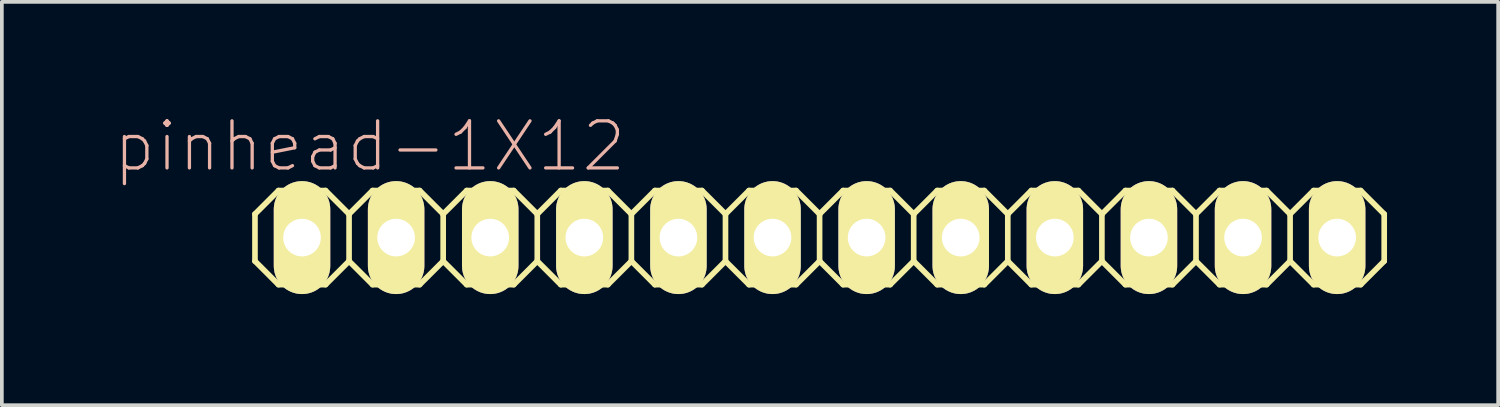
<source format=kicad_pcb>
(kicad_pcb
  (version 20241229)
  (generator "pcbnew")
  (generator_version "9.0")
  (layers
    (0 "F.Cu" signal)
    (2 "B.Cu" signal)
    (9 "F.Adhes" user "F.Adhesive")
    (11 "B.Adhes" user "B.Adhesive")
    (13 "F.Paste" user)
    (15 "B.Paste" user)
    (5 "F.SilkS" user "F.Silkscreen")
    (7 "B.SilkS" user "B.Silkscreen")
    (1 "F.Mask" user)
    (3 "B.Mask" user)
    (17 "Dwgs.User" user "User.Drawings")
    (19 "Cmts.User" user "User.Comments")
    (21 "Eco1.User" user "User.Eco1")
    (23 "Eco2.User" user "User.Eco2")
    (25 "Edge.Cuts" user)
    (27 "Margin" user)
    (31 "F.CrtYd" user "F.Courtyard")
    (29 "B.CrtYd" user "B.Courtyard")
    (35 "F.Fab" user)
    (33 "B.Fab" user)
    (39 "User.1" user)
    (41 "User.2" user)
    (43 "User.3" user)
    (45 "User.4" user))
  (footprint "pinhead-1X12"
    (layer "F.Cu")
    (at 19.072 3.363)
    (property "Reference" "pinhead-1X12" (at -12.141 -2.464 0) (layer "B.SilkS") (effects (font (size 1.27 1.27) (thickness 0.089))))
    (attr exclude_from_pos_files exclude_from_bom)
    (fp_line (start -15.24 -0.635) (end -15.24 0.635) (stroke (width 0.152) (type solid)) (layer "F.SilkS"))
    (fp_line (start -15.24 0.635) (end -14.605 1.27) (stroke (width 0.152) (type solid)) (layer "F.SilkS"))
    (fp_line (start -14.605 -1.27) (end -15.24 -0.635) (stroke (width 0.152) (type solid)) (layer "F.SilkS"))
    (fp_line (start -14.605 -1.27) (end -13.335 -1.27) (stroke (width 0.152) (type solid)) (layer "F.SilkS"))
    (fp_line (start -14.224 -0.254) (end -13.716 -0.254) (stroke (width 0.066) (type solid)) (layer "F.SilkS"))
    (fp_line (start -14.224 0.254) (end -14.224 -0.254) (stroke (width 0.066) (type solid)) (layer "F.SilkS"))
    (fp_line (start -14.224 0.254) (end -13.716 0.254) (stroke (width 0.066) (type solid)) (layer "F.SilkS"))
    (fp_line (start -13.716 0.254) (end -13.716 -0.254) (stroke (width 0.066) (type solid)) (layer "F.SilkS"))
    (fp_line (start -13.335 -1.27) (end -12.7 -0.635) (stroke (width 0.152) (type solid)) (layer "F.SilkS"))
    (fp_line (start -13.335 1.27) (end -14.605 1.27) (stroke (width 0.152) (type solid)) (layer "F.SilkS"))
    (fp_line (start -12.7 -0.635) (end -12.7 0.635) (stroke (width 0.152) (type solid)) (layer "F.SilkS"))
    (fp_line (start -12.7 -0.635) (end -12.065 -1.27) (stroke (width 0.152) (type solid)) (layer "F.SilkS"))
    (fp_line (start -12.7 0.635) (end -13.335 1.27) (stroke (width 0.152) (type solid)) (layer "F.SilkS"))
    (fp_line (start -12.065 -1.27) (end -10.795 -1.27) (stroke (width 0.152) (type solid)) (layer "F.SilkS"))
    (fp_line (start -12.065 1.27) (end -12.7 0.635) (stroke (width 0.152) (type solid)) (layer "F.SilkS"))
    (fp_line (start -11.684 -0.254) (end -11.176 -0.254) (stroke (width 0.066) (type solid)) (layer "F.SilkS"))
    (fp_line (start -11.684 0.254) (end -11.684 -0.254) (stroke (width 0.066) (type solid)) (layer "F.SilkS"))
    (fp_line (start -11.684 0.254) (end -11.176 0.254) (stroke (width 0.066) (type solid)) (layer "F.SilkS"))
    (fp_line (start -11.176 0.254) (end -11.176 -0.254) (stroke (width 0.066) (type solid)) (layer "F.SilkS"))
    (fp_line (start -10.795 -1.27) (end -10.16 -0.635) (stroke (width 0.152) (type solid)) (layer "F.SilkS"))
    (fp_line (start -10.795 1.27) (end -12.065 1.27) (stroke (width 0.152) (type solid)) (layer "F.SilkS"))
    (fp_line (start -10.16 -0.635) (end -10.16 0.635) (stroke (width 0.152) (type solid)) (layer "F.SilkS"))
    (fp_line (start -10.16 -0.635) (end -9.525 -1.27) (stroke (width 0.152) (type solid)) (layer "F.SilkS"))
    (fp_line (start -10.16 0.635) (end -10.795 1.27) (stroke (width 0.152) (type solid)) (layer "F.SilkS"))
    (fp_line (start -9.525 -1.27) (end -8.255 -1.27) (stroke (width 0.152) (type solid)) (layer "F.SilkS"))
    (fp_line (start -9.525 1.27) (end -10.16 0.635) (stroke (width 0.152) (type solid)) (layer "F.SilkS"))
    (fp_line (start -9.144 -0.254) (end -8.636 -0.254) (stroke (width 0.066) (type solid)) (layer "F.SilkS"))
    (fp_line (start -9.144 0.254) (end -9.144 -0.254) (stroke (width 0.066) (type solid)) (layer "F.SilkS"))
    (fp_line (start -9.144 0.254) (end -8.636 0.254) (stroke (width 0.066) (type solid)) (layer "F.SilkS"))
    (fp_line (start -8.636 0.254) (end -8.636 -0.254) (stroke (width 0.066) (type solid)) (layer "F.SilkS"))
    (fp_line (start -8.255 -1.27) (end -7.62 -0.635) (stroke (width 0.152) (type solid)) (layer "F.SilkS"))
    (fp_line (start -8.255 1.27) (end -9.525 1.27) (stroke (width 0.152) (type solid)) (layer "F.SilkS"))
    (fp_line (start -7.62 -0.635) (end -7.62 0.635) (stroke (width 0.152) (type solid)) (layer "F.SilkS"))
    (fp_line (start -7.62 0.635) (end -8.255 1.27) (stroke (width 0.152) (type solid)) (layer "F.SilkS"))
    (fp_line (start -7.62 0.635) (end -6.985 1.27) (stroke (width 0.152) (type solid)) (layer "F.SilkS"))
    (fp_line (start -6.985 -1.27) (end -7.62 -0.635) (stroke (width 0.152) (type solid)) (layer "F.SilkS"))
    (fp_line (start -6.985 -1.27) (end -5.715 -1.27) (stroke (width 0.152) (type solid)) (layer "F.SilkS"))
    (fp_line (start -6.604 -0.254) (end -6.096 -0.254) (stroke (width 0.066) (type solid)) (layer "F.SilkS"))
    (fp_line (start -6.604 0.254) (end -6.604 -0.254) (stroke (width 0.066) (type solid)) (layer "F.SilkS"))
    (fp_line (start -6.604 0.254) (end -6.096 0.254) (stroke (width 0.066) (type solid)) (layer "F.SilkS"))
    (fp_line (start -6.096 0.254) (end -6.096 -0.254) (stroke (width 0.066) (type solid)) (layer "F.SilkS"))
    (fp_line (start -5.715 -1.27) (end -5.08 -0.635) (stroke (width 0.152) (type solid)) (layer "F.SilkS"))
    (fp_line (start -5.715 1.27) (end -6.985 1.27) (stroke (width 0.152) (type solid)) (layer "F.SilkS"))
    (fp_line (start -5.08 -0.635) (end -5.08 0.635) (stroke (width 0.152) (type solid)) (layer "F.SilkS"))
    (fp_line (start -5.08 -0.635) (end -4.445 -1.27) (stroke (width 0.152) (type solid)) (layer "F.SilkS"))
    (fp_line (start -5.08 0.635) (end -5.715 1.27) (stroke (width 0.152) (type solid)) (layer "F.SilkS"))
    (fp_line (start -4.445 -1.27) (end -3.175 -1.27) (stroke (width 0.152) (type solid)) (layer "F.SilkS"))
    (fp_line (start -4.445 1.27) (end -5.08 0.635) (stroke (width 0.152) (type solid)) (layer "F.SilkS"))
    (fp_line (start -4.064 -0.254) (end -3.556 -0.254) (stroke (width 0.066) (type solid)) (layer "F.SilkS"))
    (fp_line (start -4.064 0.254) (end -4.064 -0.254) (stroke (width 0.066) (type solid)) (layer "F.SilkS"))
    (fp_line (start -4.064 0.254) (end -3.556 0.254) (stroke (width 0.066) (type solid)) (layer "F.SilkS"))
    (fp_line (start -3.556 0.254) (end -3.556 -0.254) (stroke (width 0.066) (type solid)) (layer "F.SilkS"))
    (fp_line (start -3.175 -1.27) (end -2.54 -0.635) (stroke (width 0.152) (type solid)) (layer "F.SilkS"))
    (fp_line (start -3.175 1.27) (end -4.445 1.27) (stroke (width 0.152) (type solid)) (layer "F.SilkS"))
    (fp_line (start -2.54 -0.635) (end -2.54 0.635) (stroke (width 0.152) (type solid)) (layer "F.SilkS"))
    (fp_line (start -2.54 -0.635) (end -1.905 -1.27) (stroke (width 0.152) (type solid)) (layer "F.SilkS"))
    (fp_line (start -2.54 0.635) (end -3.175 1.27) (stroke (width 0.152) (type solid)) (layer "F.SilkS"))
    (fp_line (start -1.905 -1.27) (end -0.635 -1.27) (stroke (width 0.152) (type solid)) (layer "F.SilkS"))
    (fp_line (start -1.905 1.27) (end -2.54 0.635) (stroke (width 0.152) (type solid)) (layer "F.SilkS"))
    (fp_line (start -1.524 -0.254) (end -1.016 -0.254) (stroke (width 0.066) (type solid)) (layer "F.SilkS"))
    (fp_line (start -1.524 0.254) (end -1.524 -0.254) (stroke (width 0.066) (type solid)) (layer "F.SilkS"))
    (fp_line (start -1.524 0.254) (end -1.016 0.254) (stroke (width 0.066) (type solid)) (layer "F.SilkS"))
    (fp_line (start -1.016 0.254) (end -1.016 -0.254) (stroke (width 0.066) (type solid)) (layer "F.SilkS"))
    (fp_line (start -0.635 -1.27) (end 0 -0.635) (stroke (width 0.152) (type solid)) (layer "F.SilkS"))
    (fp_line (start -0.635 1.27) (end -1.905 1.27) (stroke (width 0.152) (type solid)) (layer "F.SilkS"))
    (fp_line (start 0 -0.635) (end 0 0.635) (stroke (width 0.152) (type solid)) (layer "F.SilkS"))
    (fp_line (start 0 0.635) (end -0.635 1.27) (stroke (width 0.152) (type solid)) (layer "F.SilkS"))
    (fp_line (start 0 0.635) (end 0.635 1.27) (stroke (width 0.152) (type solid)) (layer "F.SilkS"))
    (fp_line (start 0.635 -1.27) (end 0 -0.635) (stroke (width 0.152) (type solid)) (layer "F.SilkS"))
    (fp_line (start 0.635 -1.27) (end 1.905 -1.27) (stroke (width 0.152) (type solid)) (layer "F.SilkS"))
    (fp_line (start 1.016 -0.254) (end 1.524 -0.254) (stroke (width 0.066) (type solid)) (layer "F.SilkS"))
    (fp_line (start 1.016 0.254) (end 1.016 -0.254) (stroke (width 0.066) (type solid)) (layer "F.SilkS"))
    (fp_line (start 1.016 0.254) (end 1.524 0.254) (stroke (width 0.066) (type solid)) (layer "F.SilkS"))
    (fp_line (start 1.524 0.254) (end 1.524 -0.254) (stroke (width 0.066) (type solid)) (layer "F.SilkS"))
    (fp_line (start 1.905 -1.27) (end 2.54 -0.635) (stroke (width 0.152) (type solid)) (layer "F.SilkS"))
    (fp_line (start 1.905 1.27) (end 0.635 1.27) (stroke (width 0.152) (type solid)) (layer "F.SilkS"))
    (fp_line (start 2.54 -0.635) (end 2.54 0.635) (stroke (width 0.152) (type solid)) (layer "F.SilkS"))
    (fp_line (start 2.54 -0.635) (end 3.175 -1.27) (stroke (width 0.152) (type solid)) (layer "F.SilkS"))
    (fp_line (start 2.54 0.635) (end 1.905 1.27) (stroke (width 0.152) (type solid)) (layer "F.SilkS"))
    (fp_line (start 3.175 -1.27) (end 4.445 -1.27) (stroke (width 0.152) (type solid)) (layer "F.SilkS"))
    (fp_line (start 3.175 1.27) (end 2.54 0.635) (stroke (width 0.152) (type solid)) (layer "F.SilkS"))
    (fp_line (start 3.556 -0.254) (end 4.064 -0.254) (stroke (width 0.066) (type solid)) (layer "F.SilkS"))
    (fp_line (start 3.556 0.254) (end 3.556 -0.254) (stroke (width 0.066) (type solid)) (layer "F.SilkS"))
    (fp_line (start 3.556 0.254) (end 4.064 0.254) (stroke (width 0.066) (type solid)) (layer "F.SilkS"))
    (fp_line (start 4.064 0.254) (end 4.064 -0.254) (stroke (width 0.066) (type solid)) (layer "F.SilkS"))
    (fp_line (start 4.445 -1.27) (end 5.08 -0.635) (stroke (width 0.152) (type solid)) (layer "F.SilkS"))
    (fp_line (start 4.445 1.27) (end 3.175 1.27) (stroke (width 0.152) (type solid)) (layer "F.SilkS"))
    (fp_line (start 5.08 -0.635) (end 5.08 0.635) (stroke (width 0.152) (type solid)) (layer "F.SilkS"))
    (fp_line (start 5.08 -0.635) (end 5.715 -1.27) (stroke (width 0.152) (type solid)) (layer "F.SilkS"))
    (fp_line (start 5.08 0.635) (end 4.445 1.27) (stroke (width 0.152) (type solid)) (layer "F.SilkS"))
    (fp_line (start 5.715 -1.27) (end 6.985 -1.27) (stroke (width 0.152) (type solid)) (layer "F.SilkS"))
    (fp_line (start 5.715 1.27) (end 5.08 0.635) (stroke (width 0.152) (type solid)) (layer "F.SilkS"))
    (fp_line (start 6.096 -0.254) (end 6.604 -0.254) (stroke (width 0.066) (type solid)) (layer "F.SilkS"))
    (fp_line (start 6.096 0.254) (end 6.096 -0.254) (stroke (width 0.066) (type solid)) (layer "F.SilkS"))
    (fp_line (start 6.096 0.254) (end 6.604 0.254) (stroke (width 0.066) (type solid)) (layer "F.SilkS"))
    (fp_line (start 6.604 0.254) (end 6.604 -0.254) (stroke (width 0.066) (type solid)) (layer "F.SilkS"))
    (fp_line (start 6.985 -1.27) (end 7.62 -0.635) (stroke (width 0.152) (type solid)) (layer "F.SilkS"))
    (fp_line (start 6.985 1.27) (end 5.715 1.27) (stroke (width 0.152) (type solid)) (layer "F.SilkS"))
    (fp_line (start 7.62 -0.635) (end 7.62 0.635) (stroke (width 0.152) (type solid)) (layer "F.SilkS"))
    (fp_line (start 7.62 0.635) (end 6.985 1.27) (stroke (width 0.152) (type solid)) (layer "F.SilkS"))
    (fp_line (start 7.62 0.635) (end 8.255 1.27) (stroke (width 0.152) (type solid)) (layer "F.SilkS"))
    (fp_line (start 8.255 -1.27) (end 7.62 -0.635) (stroke (width 0.152) (type solid)) (layer "F.SilkS"))
    (fp_line (start 8.255 -1.27) (end 9.525 -1.27) (stroke (width 0.152) (type solid)) (layer "F.SilkS"))
    (fp_line (start 8.636 -0.254) (end 9.144 -0.254) (stroke (width 0.066) (type solid)) (layer "F.SilkS"))
    (fp_line (start 8.636 0.254) (end 8.636 -0.254) (stroke (width 0.066) (type solid)) (layer "F.SilkS"))
    (fp_line (start 8.636 0.254) (end 9.144 0.254) (stroke (width 0.066) (type solid)) (layer "F.SilkS"))
    (fp_line (start 9.144 0.254) (end 9.144 -0.254) (stroke (width 0.066) (type solid)) (layer "F.SilkS"))
    (fp_line (start 9.525 -1.27) (end 10.16 -0.635) (stroke (width 0.152) (type solid)) (layer "F.SilkS"))
    (fp_line (start 9.525 1.27) (end 8.255 1.27) (stroke (width 0.152) (type solid)) (layer "F.SilkS"))
    (fp_line (start 10.16 -0.635) (end 10.16 0.635) (stroke (width 0.152) (type solid)) (layer "F.SilkS"))
    (fp_line (start 10.16 -0.635) (end 10.795 -1.27) (stroke (width 0.152) (type solid)) (layer "F.SilkS"))
    (fp_line (start 10.16 0.635) (end 9.525 1.27) (stroke (width 0.152) (type solid)) (layer "F.SilkS"))
    (fp_line (start 10.795 -1.27) (end 12.065 -1.27) (stroke (width 0.152) (type solid)) (layer "F.SilkS"))
    (fp_line (start 10.795 1.27) (end 10.16 0.635) (stroke (width 0.152) (type solid)) (layer "F.SilkS"))
    (fp_line (start 11.176 -0.254) (end 11.684 -0.254) (stroke (width 0.066) (type solid)) (layer "F.SilkS"))
    (fp_line (start 11.176 0.254) (end 11.176 -0.254) (stroke (width 0.066) (type solid)) (layer "F.SilkS"))
    (fp_line (start 11.176 0.254) (end 11.684 0.254) (stroke (width 0.066) (type solid)) (layer "F.SilkS"))
    (fp_line (start 11.684 0.254) (end 11.684 -0.254) (stroke (width 0.066) (type solid)) (layer "F.SilkS"))
    (fp_line (start 12.065 -1.27) (end 12.7 -0.635) (stroke (width 0.152) (type solid)) (layer "F.SilkS"))
    (fp_line (start 12.065 1.27) (end 10.795 1.27) (stroke (width 0.152) (type solid)) (layer "F.SilkS"))
    (fp_line (start 12.7 -0.635) (end 12.7 0.635) (stroke (width 0.152) (type solid)) (layer "F.SilkS"))
    (fp_line (start 12.7 -0.635) (end 13.335 -1.27) (stroke (width 0.152) (type solid)) (layer "F.SilkS"))
    (fp_line (start 12.7 0.635) (end 12.065 1.27) (stroke (width 0.152) (type solid)) (layer "F.SilkS"))
    (fp_line (start 13.335 -1.27) (end 14.605 -1.27) (stroke (width 0.152) (type solid)) (layer "F.SilkS"))
    (fp_line (start 13.335 1.27) (end 12.7 0.635) (stroke (width 0.152) (type solid)) (layer "F.SilkS"))
    (fp_line (start 13.716 -0.254) (end 14.224 -0.254) (stroke (width 0.066) (type solid)) (layer "F.SilkS"))
    (fp_line (start 13.716 0.254) (end 13.716 -0.254) (stroke (width 0.066) (type solid)) (layer "F.SilkS"))
    (fp_line (start 13.716 0.254) (end 14.224 0.254) (stroke (width 0.066) (type solid)) (layer "F.SilkS"))
    (fp_line (start 14.224 0.254) (end 14.224 -0.254) (stroke (width 0.066) (type solid)) (layer "F.SilkS"))
    (fp_line (start 14.605 -1.27) (end 15.24 -0.635) (stroke (width 0.152) (type solid)) (layer "F.SilkS"))
    (fp_line (start 14.605 1.27) (end 13.335 1.27) (stroke (width 0.152) (type solid)) (layer "F.SilkS"))
    (fp_line (start 15.24 -0.635) (end 15.24 0.635) (stroke (width 0.152) (type solid)) (layer "F.SilkS"))
    (fp_line (start 15.24 0.635) (end 14.605 1.27) (stroke (width 0.152) (type solid)) (layer "F.SilkS"))
    (pad "1" thru_hole oval (at -13.97 0) (size 1.524 3.048) (drill 1.016) (layers "*.Cu" "F.Mask" "F.SilkS" "F.Paste"))
    (pad "2" thru_hole oval (at -11.43 0) (size 1.524 3.048) (drill 1.016) (layers "*.Cu" "F.Mask" "F.SilkS" "F.Paste"))
    (pad "3" thru_hole oval (at -8.89 0) (size 1.524 3.048) (drill 1.016) (layers "*.Cu" "F.Mask" "F.SilkS" "F.Paste"))
    (pad "4" thru_hole oval (at -6.35 0) (size 1.524 3.048) (drill 1.016) (layers "*.Cu" "F.Mask" "F.SilkS" "F.Paste"))
    (pad "5" thru_hole oval (at -3.81 0) (size 1.524 3.048) (drill 1.016) (layers "*.Cu" "F.Mask" "F.SilkS" "F.Paste"))
    (pad "6" thru_hole oval (at -1.27 0) (size 1.524 3.048) (drill 1.016) (layers "*.Cu" "F.Mask" "F.SilkS" "F.Paste"))
    (pad "7" thru_hole oval (at 1.27 0) (size 1.524 3.048) (drill 1.016) (layers "*.Cu" "F.Mask" "F.SilkS" "F.Paste"))
    (pad "8" thru_hole oval (at 3.81 0) (size 1.524 3.048) (drill 1.016) (layers "*.Cu" "F.Mask" "F.SilkS" "F.Paste"))
    (pad "9" thru_hole oval (at 6.35 0) (size 1.524 3.048) (drill 1.016) (layers "*.Cu" "F.Mask" "F.SilkS" "F.Paste"))
    (pad "10" thru_hole oval (at 8.89 0) (size 1.524 3.048) (drill 1.016) (layers "*.Cu" "F.Mask" "F.SilkS" "F.Paste"))
    (pad "11" thru_hole oval (at 11.43 0) (size 1.524 3.048) (drill 1.016) (layers "*.Cu" "F.Mask" "F.SilkS" "F.Paste"))
    (pad "12" thru_hole oval (at 13.97 0) (size 1.524 3.048) (drill 1.016) (layers "*.Cu" "F.Mask" "F.SilkS" "F.Paste")))
  (gr_rect
    (start -3 -3)
    (end 37.388 7.887)
    (stroke (width 0.1) (type default))
    (fill no)
    (layer "Edge.Cuts")))
</source>
